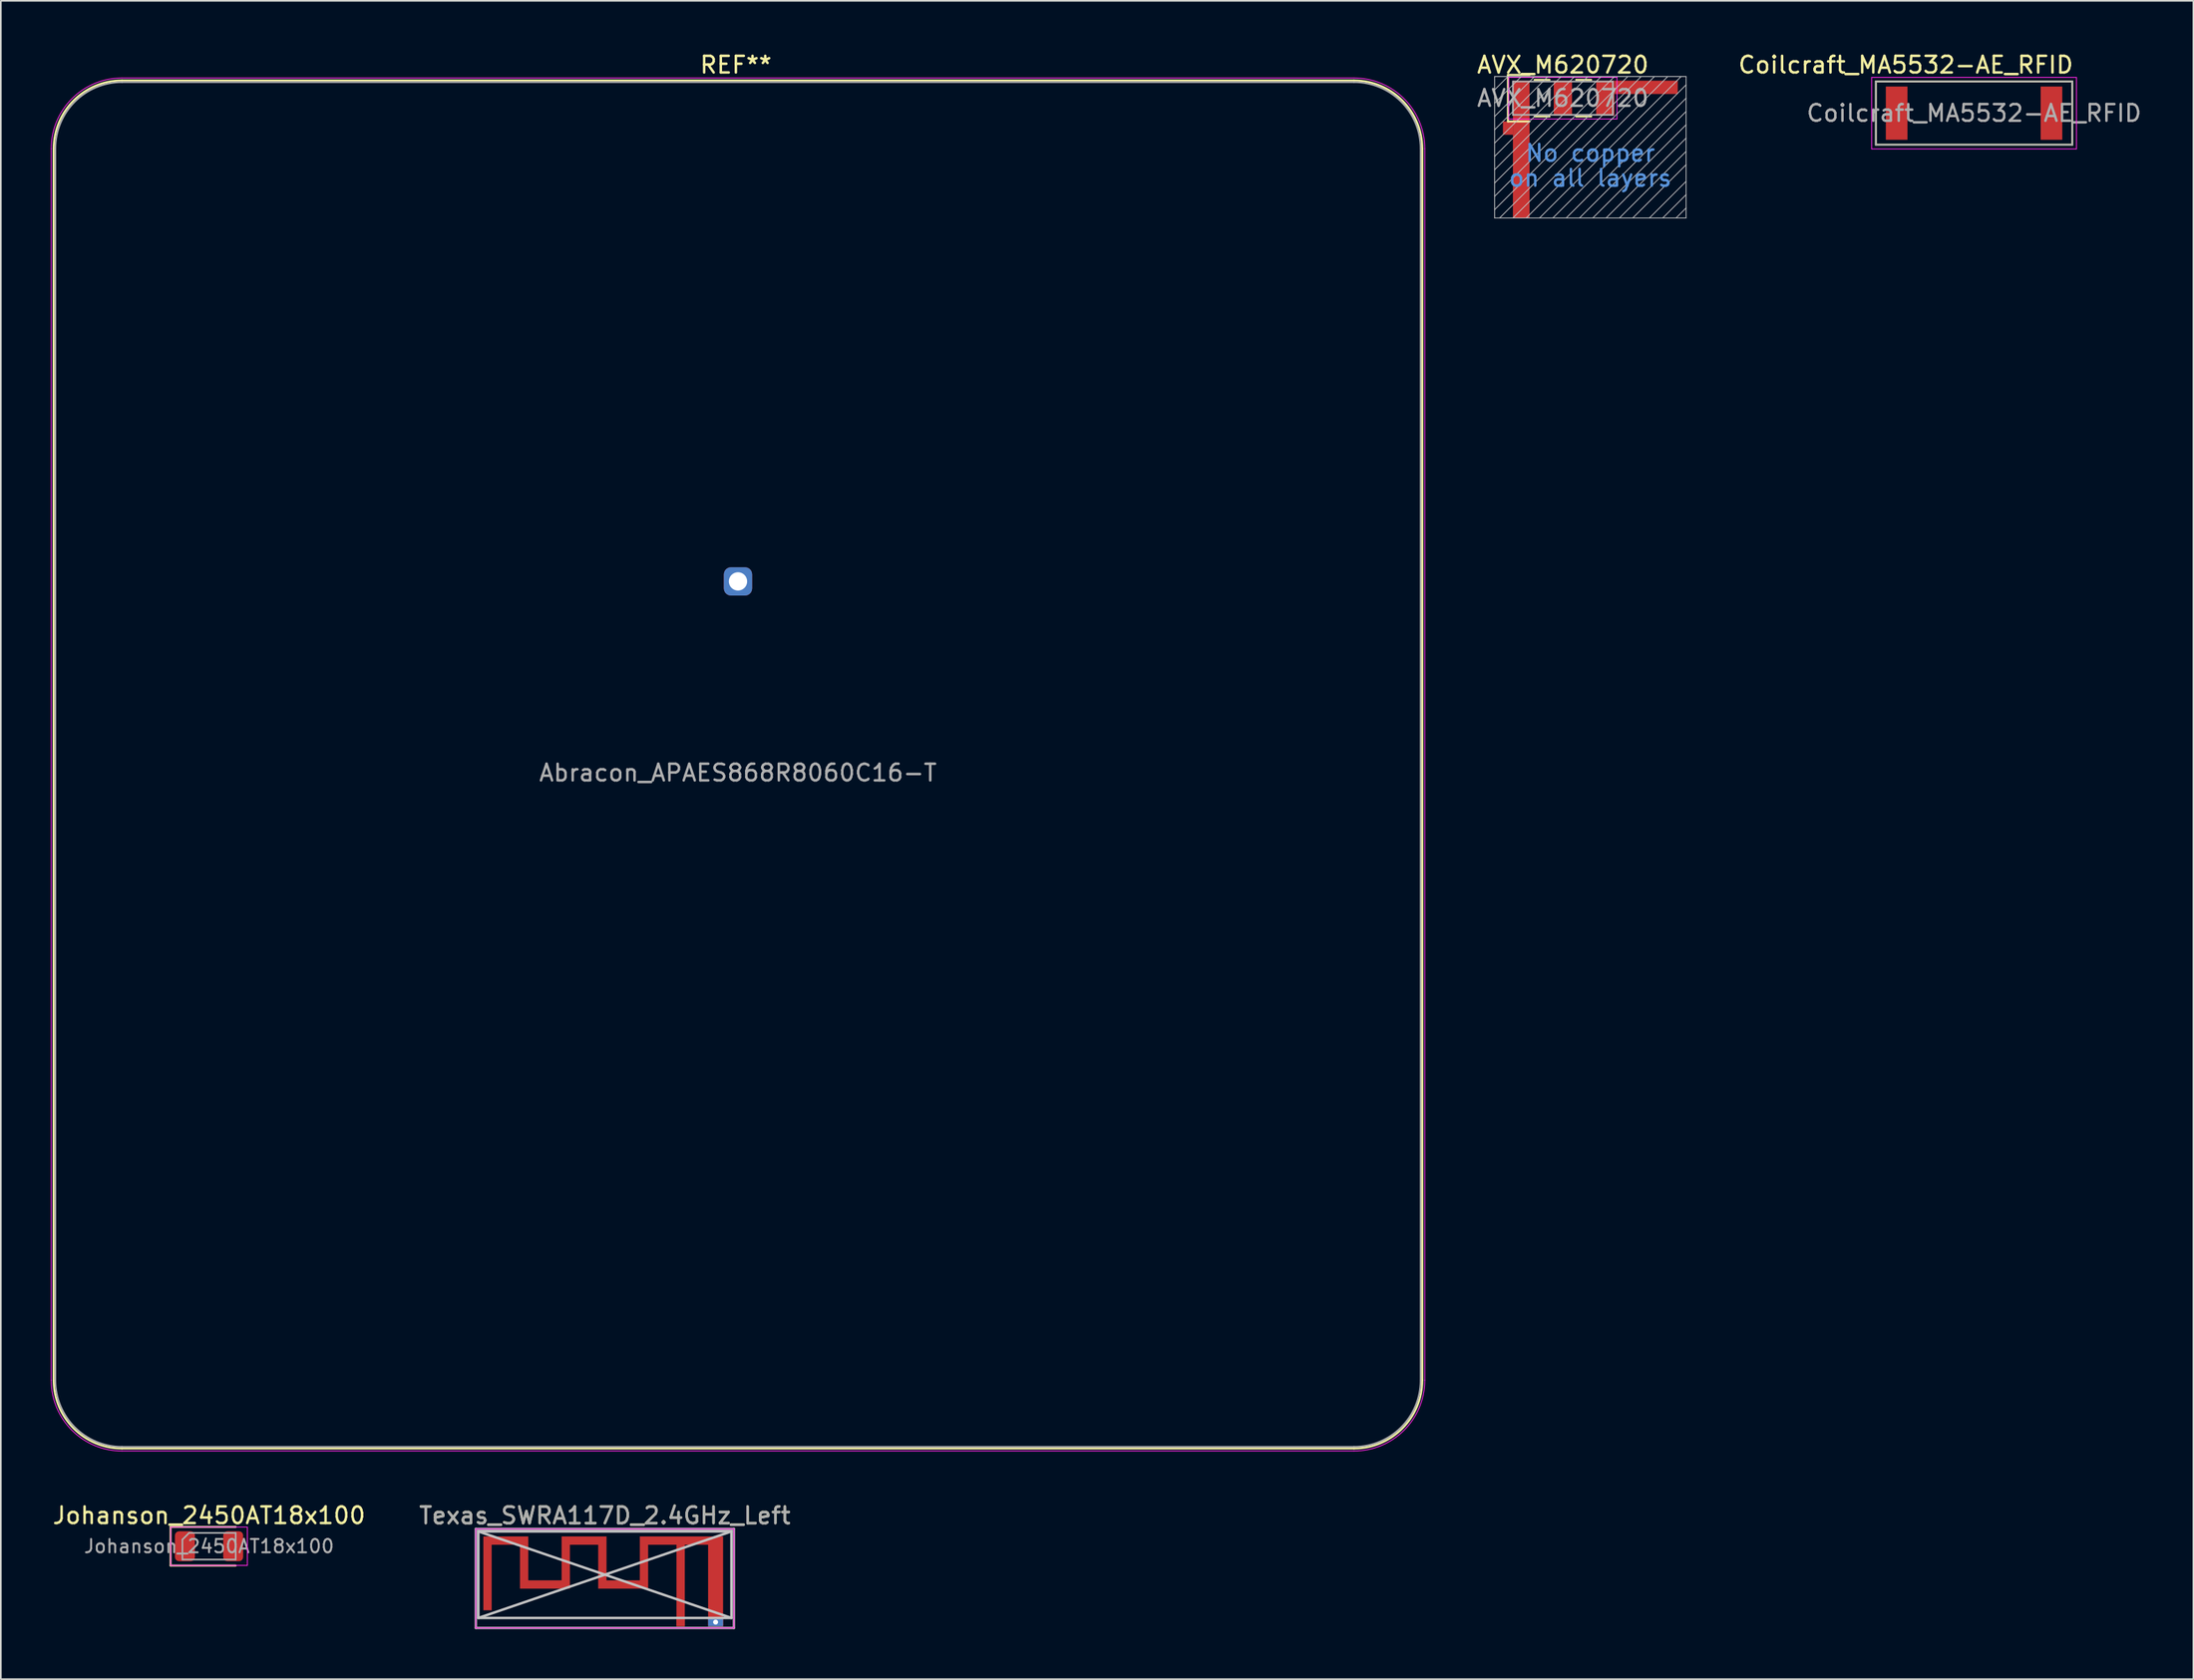
<source format=kicad_pcb>
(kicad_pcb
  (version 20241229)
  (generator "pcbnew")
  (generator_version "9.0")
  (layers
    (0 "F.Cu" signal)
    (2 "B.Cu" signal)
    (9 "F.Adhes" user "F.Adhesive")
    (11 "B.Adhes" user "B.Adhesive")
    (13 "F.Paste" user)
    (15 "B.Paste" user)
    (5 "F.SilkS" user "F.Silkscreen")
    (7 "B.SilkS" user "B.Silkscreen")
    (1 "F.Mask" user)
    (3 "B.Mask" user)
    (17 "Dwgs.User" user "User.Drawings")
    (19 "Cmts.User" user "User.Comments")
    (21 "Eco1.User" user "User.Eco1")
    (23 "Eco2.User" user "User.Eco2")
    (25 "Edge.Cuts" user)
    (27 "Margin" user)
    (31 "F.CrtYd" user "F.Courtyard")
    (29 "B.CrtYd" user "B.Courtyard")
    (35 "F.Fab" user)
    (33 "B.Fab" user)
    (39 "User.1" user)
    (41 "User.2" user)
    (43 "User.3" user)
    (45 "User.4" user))
  (footprint "Texas_SWRA117D_2.4GHz_Left"
    (layer "F.Cu")
    (at 37.83 94.418)
    (property "Reference" "Texas_SWRA117D_2.4GHz_Left" (at -4.55 -6.41 0) (layer "F.SilkS") (effects (font (size 1 1) (thickness 0.15))))
    (attr exclude_from_pos_files exclude_from_bom)
    (fp_poly (pts (xy -2.45 -2.51) (xy -4.45 -2.51) (xy -4.45 -5.15) (xy -7.15 -5.15) (xy -7.15 -2.51) (xy -9.15 -2.51) (xy -9.15 -5.15) (xy -11.85 -5.15) (xy -11.85 -0.71) (xy -11.35 -0.71) (xy -11.35 -4.65) (xy -9.65 -4.65) (xy -9.65 -2.01) (xy -6.65 -2.01) (xy -6.65 -4.65) (xy -4.95 -4.65) (xy -4.95 -2.01) (xy -1.95 -2.01) (xy -1.95 -4.65) (xy -0.25 -4.65) (xy -0.25 0.25) (xy 0.25 0.25) (xy 0.25 -4.65) (xy 1.65 -4.65) (xy 1.65 0.25) (xy 2.55 0.25) (xy 2.55 0.007) (xy 2.248 0.007) (xy 2.238 0.054) (xy 2.214 0.097) (xy 2.176 0.13) (xy 2.168 0.134) (xy 2.125 0.146) (xy 2.077 0.145) (xy 2.031 0.132) (xy 2.013 0.122) (xy 1.979 0.087) (xy 1.958 0.041) (xy 1.952 -0.008) (xy 1.96 -0.056) (xy 1.977 -0.089) (xy 2.012 -0.121) (xy 2.058 -0.141) (xy 2.107 -0.148) (xy 2.155 -0.14) (xy 2.188 -0.123) (xy 2.223 -0.086) (xy 2.243 -0.042) (xy 2.248 0.007) (xy 2.55 0.007) (xy 2.55 -5.15) (xy -2.45 -5.15) (xy -2.45 -2.51)) (stroke (width 0) (type solid)) (fill yes) (layer "F.Cu"))
    (fp_line (start -12.15 -0.25) (end -12.15 -5.45) (stroke (width 0.15) (type solid)) (layer "Dwgs.User"))
    (fp_line (start 3.05 -5.45) (end -12.15 -5.45) (stroke (width 0.15) (type solid)) (layer "Dwgs.User"))
    (fp_line (start 3.05 -5.45) (end -12.15 -0.25) (stroke (width 0.15) (type solid)) (layer "Dwgs.User"))
    (fp_line (start 3.05 -0.25) (end -12.15 -5.45) (stroke (width 0.15) (type solid)) (layer "Dwgs.User"))
    (fp_line (start 3.05 -0.25) (end -12.15 -0.25) (stroke (width 0.15) (type solid)) (layer "Dwgs.User"))
    (fp_line (start 3.05 -0.25) (end 3.05 -5.45) (stroke (width 0.15) (type solid)) (layer "Dwgs.User"))
    (fp_line (start -12.3 -5.6) (end -12.3 0.35) (stroke (width 0.05) (type solid)) (layer "F.CrtYd"))
    (fp_line (start -12.3 0.35) (end 3.2 0.35) (stroke (width 0.05) (type solid)) (layer "F.CrtYd"))
    (fp_line (start 3.2 -5.6) (end -12.3 -5.6) (stroke (width 0.05) (type solid)) (layer "F.CrtYd"))
    (fp_line (start 3.2 0.35) (end 3.2 -5.6) (stroke (width 0.05) (type solid)) (layer "F.CrtYd"))
    (fp_line (start -12.3 -5.6) (end -12.3 0.35) (stroke (width 0.15) (type solid)) (layer "F.Fab"))
    (fp_line (start -12.3 0.35) (end 3.2 0.35) (stroke (width 0.15) (type solid)) (layer "F.Fab"))
    (fp_line (start 3.2 -5.6) (end -12.3 -5.6) (stroke (width 0.15) (type solid)) (layer "F.Fab"))
    (fp_line (start 3.2 0.35) (end 3.2 -5.6) (stroke (width 0.15) (type solid)) (layer "F.Fab"))
    (fp_text user "${REFERENCE}" (at -4.55 -6.4 0) (layer "F.Fab") (effects (font (size 1 1) (thickness 0.15))))
    (pad "1" connect rect (at 0 0) (size 0.5 0.5) (layers "F.Cu"))
    (pad "2" thru_hole rect (at 2.1 0) (size 0.9 0.5) (drill 0.3) (layers "*.Cu")))
  (footprint "Coilcraft_MA5532-AE_RFID"
    (layer "F.Cu")
    (at 115.515 3.748)
    (property "Reference" "Coilcraft_MA5532-AE_RFID" (at -4.1 -2.9 0) (layer "F.SilkS") (effects (font (size 1 1) (thickness 0.15))))
    (attr smd)
    (fp_line (start -5.9 -1.9) (end -5.9 1.9) (stroke (width 0.12) (type solid)) (layer "F.SilkS"))
    (fp_line (start -5.9 1.9) (end 5.9 1.9) (stroke (width 0.12) (type solid)) (layer "F.SilkS"))
    (fp_line (start 5.9 -1.9) (end -5.9 -1.9) (stroke (width 0.12) (type solid)) (layer "F.SilkS"))
    (fp_line (start 5.9 1.9) (end 5.9 -1.9) (stroke (width 0.12) (type solid)) (layer "F.SilkS"))
    (fp_line (start -6.15 -2.15) (end -6.15 2.15) (stroke (width 0.05) (type solid)) (layer "F.CrtYd"))
    (fp_line (start -6.15 2.15) (end 6.15 2.15) (stroke (width 0.05) (type solid)) (layer "F.CrtYd"))
    (fp_line (start 6.15 -2.15) (end -6.15 -2.15) (stroke (width 0.05) (type solid)) (layer "F.CrtYd"))
    (fp_line (start 6.15 2.15) (end 6.15 -2.15) (stroke (width 0.05) (type solid)) (layer "F.CrtYd"))
    (fp_line (start -5.9 -1.9) (end 5.9 -1.9) (stroke (width 0.1) (type solid)) (layer "F.Fab"))
    (fp_line (start -5.9 1.9) (end -5.9 -1.9) (stroke (width 0.1) (type solid)) (layer "F.Fab"))
    (fp_line (start 5.9 -1.9) (end 5.9 1.9) (stroke (width 0.1) (type solid)) (layer "F.Fab"))
    (fp_line (start 5.9 1.9) (end -5.9 1.9) (stroke (width 0.1) (type solid)) (layer "F.Fab"))
    (fp_text user "${REFERENCE}" (at 0 0 0) (layer "F.Fab") (effects (font (size 1 1) (thickness 0.15))))
    (pad "1" smd rect (at -4.65 0) (size 1.3 3.2) (layers "F.Cu" "F.Mask" "F.Paste"))
    (pad "2" smd rect (at 4.65 0) (size 1.3 3.2) (layers "F.Cu" "F.Mask" "F.Paste")))
  (footprint "Johanson_2450AT18x100"
    (layer "F.Cu")
    (at 9.506 89.859)
    (property "Reference" "Johanson_2450AT18x100" (at 0 -1.85 0) (layer "F.SilkS") (effects (font (size 1 1) (thickness 0.15))))
    (attr smd)
    (fp_line (start -2.31 -1.16) (end -2.31 1.16) (stroke (width 0.12) (type solid)) (layer "F.SilkS"))
    (fp_line (start -2.31 1.16) (end 1.6 1.16) (stroke (width 0.12) (type solid)) (layer "F.SilkS"))
    (fp_line (start 1.6 -1.16) (end -2.31 -1.16) (stroke (width 0.12) (type solid)) (layer "F.SilkS"))
    (fp_line (start -2.3 -1.15) (end 2.3 -1.15) (stroke (width 0.05) (type solid)) (layer "F.CrtYd"))
    (fp_line (start -2.3 1.15) (end -2.3 -1.15) (stroke (width 0.05) (type solid)) (layer "F.CrtYd"))
    (fp_line (start 2.3 -1.15) (end 2.3 1.15) (stroke (width 0.05) (type solid)) (layer "F.CrtYd"))
    (fp_line (start 2.3 1.15) (end -2.3 1.15) (stroke (width 0.05) (type solid)) (layer "F.CrtYd"))
    (fp_line (start -1.6 -0.4) (end -1.6 0.8) (stroke (width 0.1) (type solid)) (layer "F.Fab"))
    (fp_line (start -1.6 0.8) (end 1.6 0.8) (stroke (width 0.1) (type solid)) (layer "F.Fab"))
    (fp_line (start -1.2 -0.8) (end -1.6 -0.4) (stroke (width 0.1) (type solid)) (layer "F.Fab"))
    (fp_line (start 1.6 -0.8) (end -1.2 -0.8) (stroke (width 0.1) (type solid)) (layer "F.Fab"))
    (fp_line (start 1.6 0.8) (end 1.6 -0.8) (stroke (width 0.1) (type solid)) (layer "F.Fab"))
    (fp_text user "${REFERENCE}" (at 0 0 0) (layer "F.Fab") (effects (font (size 0.8 0.8) (thickness 0.12))))
    (pad "1" smd roundrect (at -1.45 0) (size 1.2 1.8) (layers "F.Cu" "F.Mask" "F.Paste") (roundrect_rratio 0.208))
    (pad "2" smd roundrect (at 1.45 0) (size 1.2 1.8) (layers "F.Cu" "F.Mask" "F.Paste") (roundrect_rratio 0.208)))
  (footprint "Abracon_APAES868R8060C16-T"
    (layer "F.Cu")
    (at 41.275 31.885)
    (property "Reference" "Abracon_APAES868R8060C16-T" (at 0 11.5 0) (layer "F.Fab") (effects (font (size 1 1) (thickness 0.15))))
    (attr through_hole)
    (fp_line (start -41.1 48) (end -41.1 -26) (stroke (width 0.12) (type solid)) (layer "F.SilkS"))
    (fp_line (start -37 -30.1) (end 37 -30.1) (stroke (width 0.12) (type solid)) (layer "F.SilkS"))
    (fp_line (start 37 52.1) (end -37 52.1) (stroke (width 0.12) (type solid)) (layer "F.SilkS"))
    (fp_line (start 41.1 -26) (end 41.1 48) (stroke (width 0.12) (type solid)) (layer "F.SilkS"))
    (fp_arc (start -41.1 -26) (mid -39.899138 -28.899138) (end -37 -30.1) (stroke (width 0.12) (type solid)) (layer "F.SilkS"))
    (fp_arc (start -37 52.1) (mid -39.899138 50.899138) (end -41.1 48) (stroke (width 0.12) (type solid)) (layer "F.SilkS"))
    (fp_arc (start 37 -30.1) (mid 39.899138 -28.899138) (end 41.1 -26) (stroke (width 0.12) (type solid)) (layer "F.SilkS"))
    (fp_arc (start 41.1 48) (mid 39.899138 50.899138) (end 37 52.1) (stroke (width 0.12) (type solid)) (layer "F.SilkS"))
    (fp_line (start -41.25 48) (end -41.25 -26) (stroke (width 0.05) (type solid)) (layer "F.CrtYd"))
    (fp_line (start -37 -30.25) (end 37 -30.25) (stroke (width 0.05) (type solid)) (layer "F.CrtYd"))
    (fp_line (start 37 52.25) (end -37 52.25) (stroke (width 0.05) (type solid)) (layer "F.CrtYd"))
    (fp_line (start 41.25 -26) (end 41.25 48) (stroke (width 0.05) (type solid)) (layer "F.CrtYd"))
    (fp_arc (start -41.25 -26) (mid -40.005204 -29.005204) (end -37 -30.25) (stroke (width 0.05) (type solid)) (layer "F.CrtYd"))
    (fp_arc (start -37 52.25) (mid -40.005204 51.005204) (end -41.25 48) (stroke (width 0.05) (type solid)) (layer "F.CrtYd"))
    (fp_arc (start 37 -30.25) (mid 40.005204 -29.005204) (end 41.25 -26) (stroke (width 0.05) (type solid)) (layer "F.CrtYd"))
    (fp_arc (start 41.25 48) (mid 40.005204 51.005204) (end 37 52.25) (stroke (width 0.05) (type solid)) (layer "F.CrtYd"))
    (fp_line (start -41 48) (end -41 -26) (stroke (width 0.1) (type solid)) (layer "F.Fab"))
    (fp_line (start -37 -30) (end 37 -30) (stroke (width 0.1) (type solid)) (layer "F.Fab"))
    (fp_line (start 37 52) (end -37 52) (stroke (width 0.1) (type solid)) (layer "F.Fab"))
    (fp_line (start 41 -26) (end 41 48) (stroke (width 0.1) (type solid)) (layer "F.Fab"))
    (fp_arc (start -41 -26) (mid -39.828427 -28.828427) (end -37 -30) (stroke (width 0.1) (type solid)) (layer "F.Fab"))
    (fp_arc (start -37 52) (mid -39.828427 50.828427) (end -41 48) (stroke (width 0.1) (type solid)) (layer "F.Fab"))
    (fp_arc (start 37 -30) (mid 39.828427 -28.828427) (end 41 -26) (stroke (width 0.1) (type solid)) (layer "F.Fab"))
    (fp_arc (start 41 48) (mid 39.828427 50.828427) (end 37 52) (stroke (width 0.1) (type solid)) (layer "F.Fab"))
    (fp_text user "REF**" (at -0.127 -31.037 0) (layer "F.SilkS") (effects (font (size 1 1) (thickness 0.15))))
    (pad "1" thru_hole roundrect (at 0 0) (size 1.7 1.7) (drill 1.1) (layers "*.Cu" "*.Mask") (roundrect_rratio 0.25)))
  (footprint "AVX_M620720"
    (layer "F.Cu")
    (at 90.818 2.848)
    (property "Reference" "AVX_M620720" (at 0 -2 0) (layer "F.SilkS") (effects (font (size 1 1) (thickness 0.15))))
    (attr through_hole)
    (fp_line (start -3.3 -1.4) (end -3.3 1.4) (stroke (width 0.12) (type solid)) (layer "F.SilkS"))
    (fp_line (start -3.3 1.4) (end -2 1.4) (stroke (width 0.12) (type solid)) (layer "F.SilkS"))
    (fp_line (start -2 -1.4) (end -3.3 -1.4) (stroke (width 0.12) (type solid)) (layer "F.SilkS"))
    (fp_line (start -1.7 -1.1) (end -0.8 -1.1) (stroke (width 0.12) (type solid)) (layer "F.SilkS"))
    (fp_line (start -1.7 1.1) (end -0.8 1.1) (stroke (width 0.12) (type solid)) (layer "F.SilkS"))
    (fp_line (start 0.8 -1.1) (end 1.7 -1.1) (stroke (width 0.12) (type solid)) (layer "F.SilkS"))
    (fp_line (start 0.8 1.1) (end 1.7 1.1) (stroke (width 0.12) (type solid)) (layer "F.SilkS"))
    (fp_line (start -4.1 -1.3) (end -4.1 7.2) (stroke (width 0.05) (type solid)) (layer "Dwgs.User"))
    (fp_line (start -4.1 -0.5) (end -3.3 -1.3) (stroke (width 0.05) (type solid)) (layer "Dwgs.User"))
    (fp_line (start -4.1 0.3) (end -2.5 -1.3) (stroke (width 0.05) (type solid)) (layer "Dwgs.User"))
    (fp_line (start -4.1 1.1) (end -1.7 -1.3) (stroke (width 0.05) (type solid)) (layer "Dwgs.User"))
    (fp_line (start -4.1 1.9) (end -0.9 -1.3) (stroke (width 0.05) (type solid)) (layer "Dwgs.User"))
    (fp_line (start -4.1 2.7) (end -0.1 -1.3) (stroke (width 0.05) (type solid)) (layer "Dwgs.User"))
    (fp_line (start -4.1 3.5) (end 0.7 -1.3) (stroke (width 0.05) (type solid)) (layer "Dwgs.User"))
    (fp_line (start -4.1 4.3) (end 1.5 -1.3) (stroke (width 0.05) (type solid)) (layer "Dwgs.User"))
    (fp_line (start -4.1 5.1) (end 2.3 -1.3) (stroke (width 0.05) (type solid)) (layer "Dwgs.User"))
    (fp_line (start -4.1 5.9) (end 3.1 -1.3) (stroke (width 0.05) (type solid)) (layer "Dwgs.User"))
    (fp_line (start -4.1 6.7) (end 3.9 -1.3) (stroke (width 0.05) (type solid)) (layer "Dwgs.User"))
    (fp_line (start -4.1 7.2) (end 7.4 7.2) (stroke (width 0.05) (type solid)) (layer "Dwgs.User"))
    (fp_line (start -3.8 7.2) (end 4.7 -1.3) (stroke (width 0.05) (type solid)) (layer "Dwgs.User"))
    (fp_line (start -3 7.2) (end 5.5 -1.3) (stroke (width 0.05) (type solid)) (layer "Dwgs.User"))
    (fp_line (start -2.2 7.2) (end 6.3 -1.3) (stroke (width 0.05) (type solid)) (layer "Dwgs.User"))
    (fp_line (start -1.4 7.2) (end 7.1 -1.3) (stroke (width 0.05) (type solid)) (layer "Dwgs.User"))
    (fp_line (start -0.6 7.2) (end 7.4 -0.8) (stroke (width 0.05) (type solid)) (layer "Dwgs.User"))
    (fp_line (start 0.2 7.2) (end 7.4 0) (stroke (width 0.05) (type solid)) (layer "Dwgs.User"))
    (fp_line (start 1 7.2) (end 7.4 0.8) (stroke (width 0.05) (type solid)) (layer "Dwgs.User"))
    (fp_line (start 1.8 7.2) (end 7.4 1.6) (stroke (width 0.05) (type solid)) (layer "Dwgs.User"))
    (fp_line (start 2.6 7.2) (end 7.4 2.4) (stroke (width 0.05) (type solid)) (layer "Dwgs.User"))
    (fp_line (start 3.4 7.2) (end 7.4 3.2) (stroke (width 0.05) (type solid)) (layer "Dwgs.User"))
    (fp_line (start 4.2 7.2) (end 7.4 4) (stroke (width 0.05) (type solid)) (layer "Dwgs.User"))
    (fp_line (start 5.2 7.2) (end 7.4 5) (stroke (width 0.05) (type solid)) (layer "Dwgs.User"))
    (fp_line (start 6 7.2) (end 7.4 5.8) (stroke (width 0.05) (type solid)) (layer "Dwgs.User"))
    (fp_line (start 6.8 7.2) (end 7.4 6.6) (stroke (width 0.05) (type solid)) (layer "Dwgs.User"))
    (fp_line (start 7.4 -1.3) (end -4.1 -1.3) (stroke (width 0.05) (type solid)) (layer "Dwgs.User"))
    (fp_line (start 7.4 7.2) (end 7.4 -1.3) (stroke (width 0.05) (type solid)) (layer "Dwgs.User"))
    (fp_line (start -3.25 -1.25) (end 3.25 -1.25) (stroke (width 0.05) (type solid)) (layer "F.CrtYd"))
    (fp_line (start -3.25 1.25) (end -3.25 -1.25) (stroke (width 0.05) (type solid)) (layer "F.CrtYd"))
    (fp_line (start 3.25 -1.25) (end 3.25 1.25) (stroke (width 0.05) (type solid)) (layer "F.CrtYd"))
    (fp_line (start 3.25 1.25) (end -3.25 1.25) (stroke (width 0.05) (type solid)) (layer "F.CrtYd"))
    (fp_line (start -3 -1) (end 3 -1) (stroke (width 0.1) (type solid)) (layer "F.Fab"))
    (fp_line (start -3 1) (end -3 -1) (stroke (width 0.1) (type solid)) (layer "F.Fab"))
    (fp_line (start 3 -1) (end 3 1) (stroke (width 0.1) (type solid)) (layer "F.Fab"))
    (fp_line (start 3 1) (end -3 1) (stroke (width 0.1) (type solid)) (layer "F.Fab"))
    (fp_text user "No copper" (at 1.65 3.3 0) (layer "Cmts.User") (effects (font (size 1 1) (thickness 0.15))))
    (fp_text user "on all layers" (at 1.65 4.8 0) (layer "Cmts.User") (effects (font (size 1 1) (thickness 0.15))))
    (fp_text user "${REFERENCE}" (at 0 0 0) (layer "F.Fab") (effects (font (size 1 1) (thickness 0.15))))
    (pad "1" smd rect (at -3.3 1.8) (size 0.6 0.8) (layers "F.Cu"))
    (pad "1" smd rect (at -2.5 0) (size 1 2.1) (layers "F.Cu" "F.Mask" "F.Paste"))
    (pad "1" smd rect (at -2.5 4.125) (size 1 6.15) (layers "F.Cu"))
    (pad "2" smd rect (at 2.55 0) (size 1.1 2.1) (layers "F.Cu" "F.Mask" "F.Paste"))
    (pad "2" smd rect (at 5 -0.65) (size 3.8 0.8) (layers "F.Cu"))
    (pad "3" smd rect (at 0 0) (size 1.1 2.1) (layers "F.Cu" "F.Mask" "F.Paste")))
  (gr_rect
    (start -3 -3)
    (end 128.688 97.844)
    (stroke (width 0.1) (type default))
    (fill no)
    (layer "Edge.Cuts")))
</source>
